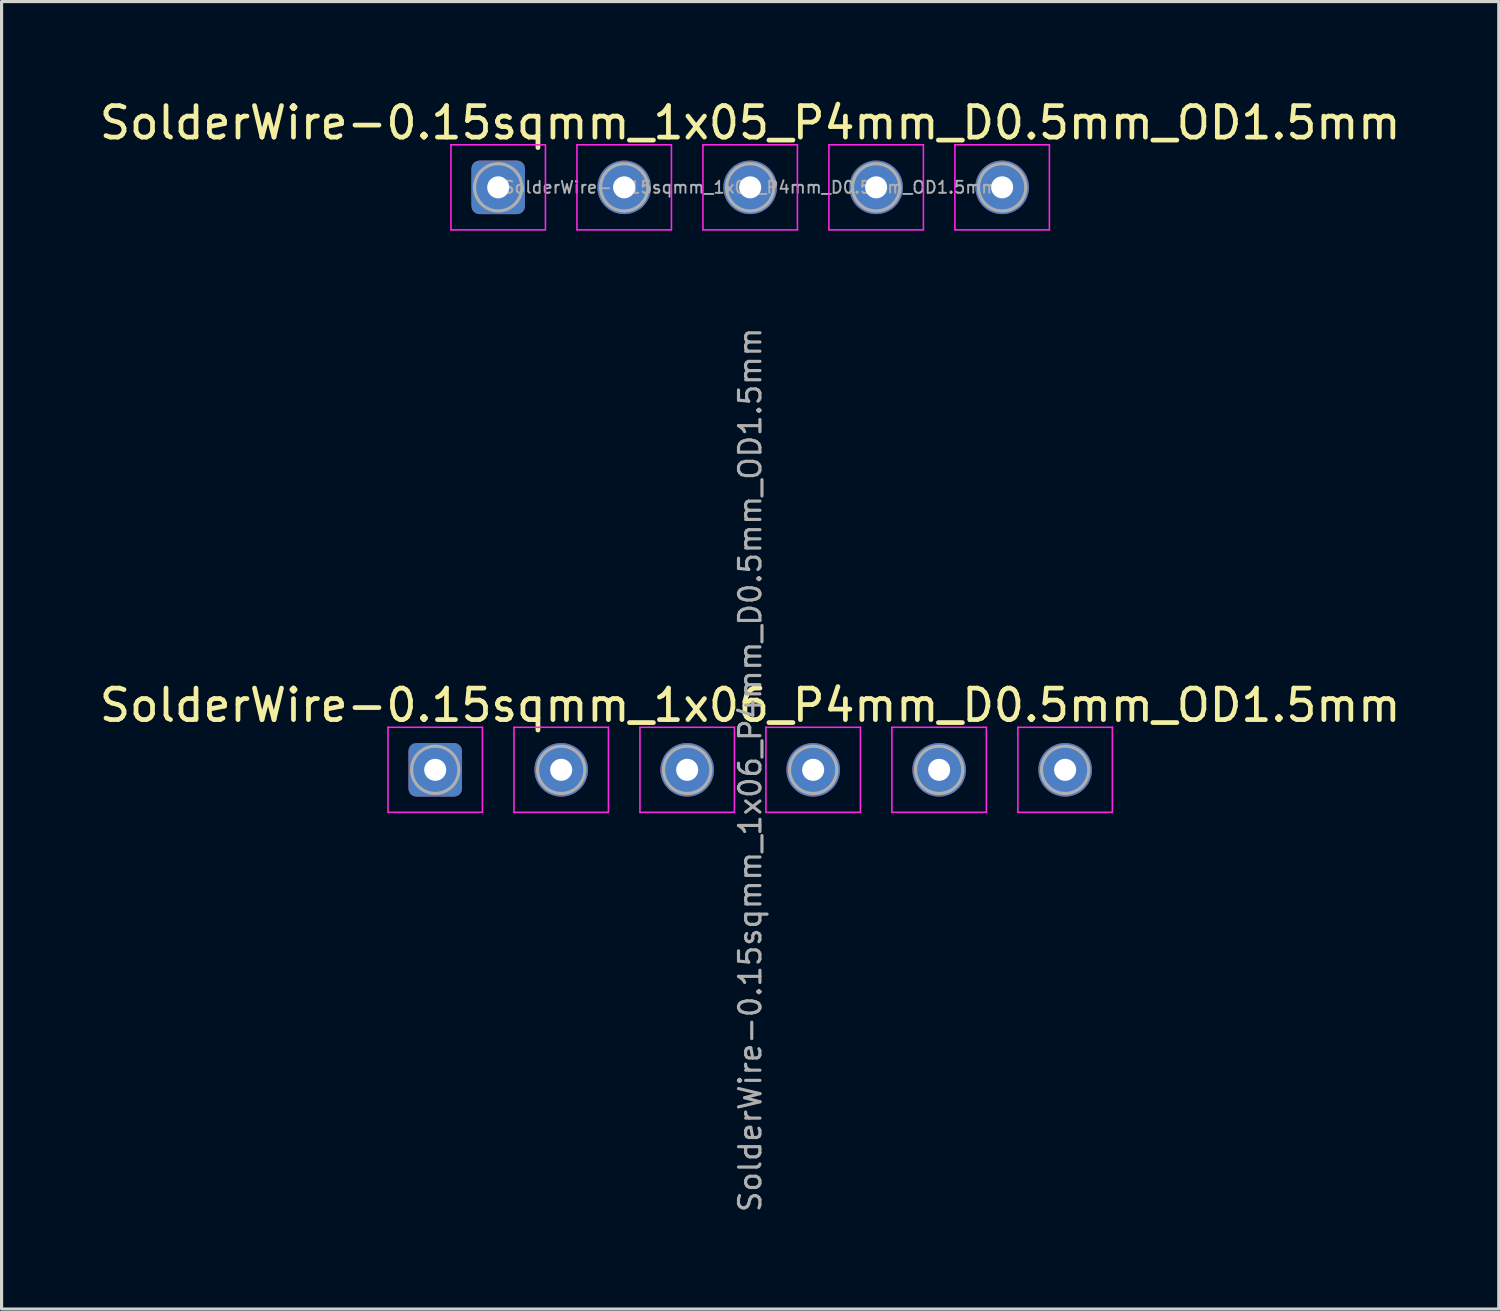
<source format=kicad_pcb>
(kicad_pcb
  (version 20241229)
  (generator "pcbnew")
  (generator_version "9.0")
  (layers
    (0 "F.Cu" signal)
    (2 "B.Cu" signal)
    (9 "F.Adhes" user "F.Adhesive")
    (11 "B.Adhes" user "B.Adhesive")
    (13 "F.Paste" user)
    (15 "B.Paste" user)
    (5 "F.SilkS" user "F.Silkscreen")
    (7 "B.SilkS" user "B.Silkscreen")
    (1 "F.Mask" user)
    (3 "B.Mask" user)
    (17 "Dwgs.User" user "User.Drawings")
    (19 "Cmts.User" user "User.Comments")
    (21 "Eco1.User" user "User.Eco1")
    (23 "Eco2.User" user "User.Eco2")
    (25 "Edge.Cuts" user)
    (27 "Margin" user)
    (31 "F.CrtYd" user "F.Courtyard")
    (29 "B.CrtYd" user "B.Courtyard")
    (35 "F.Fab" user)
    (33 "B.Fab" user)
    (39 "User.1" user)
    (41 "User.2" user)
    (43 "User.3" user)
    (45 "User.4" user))
  (footprint "SolderWire-0.15sqmm_1x06_P4mm_D0.5mm_OD1.5mm"
    (layer "F.Cu")
    (at 10.768 21.392)
    (property "Reference" "SolderWire-0.15sqmm_1x06_P4mm_D0.5mm_OD1.5mm" (at 10 -2.05 0) (layer "F.SilkS") (effects (font (size 1 1) (thickness 0.15))))
    (attr exclude_from_pos_files exclude_from_bom)
    (fp_line (start -1.5 -1.35) (end -1.5 1.35) (stroke (width 0.05) (type solid)) (layer "F.CrtYd"))
    (fp_line (start -1.5 1.35) (end 1.5 1.35) (stroke (width 0.05) (type solid)) (layer "F.CrtYd"))
    (fp_line (start 1.5 -1.35) (end -1.5 -1.35) (stroke (width 0.05) (type solid)) (layer "F.CrtYd"))
    (fp_line (start 1.5 1.35) (end 1.5 -1.35) (stroke (width 0.05) (type solid)) (layer "F.CrtYd"))
    (fp_line (start 2.5 -1.35) (end 2.5 1.35) (stroke (width 0.05) (type solid)) (layer "F.CrtYd"))
    (fp_line (start 2.5 1.35) (end 5.5 1.35) (stroke (width 0.05) (type solid)) (layer "F.CrtYd"))
    (fp_line (start 5.5 -1.35) (end 2.5 -1.35) (stroke (width 0.05) (type solid)) (layer "F.CrtYd"))
    (fp_line (start 5.5 1.35) (end 5.5 -1.35) (stroke (width 0.05) (type solid)) (layer "F.CrtYd"))
    (fp_line (start 6.5 -1.35) (end 6.5 1.35) (stroke (width 0.05) (type solid)) (layer "F.CrtYd"))
    (fp_line (start 6.5 1.35) (end 9.5 1.35) (stroke (width 0.05) (type solid)) (layer "F.CrtYd"))
    (fp_line (start 9.5 -1.35) (end 6.5 -1.35) (stroke (width 0.05) (type solid)) (layer "F.CrtYd"))
    (fp_line (start 9.5 1.35) (end 9.5 -1.35) (stroke (width 0.05) (type solid)) (layer "F.CrtYd"))
    (fp_line (start 10.5 -1.35) (end 10.5 1.35) (stroke (width 0.05) (type solid)) (layer "F.CrtYd"))
    (fp_line (start 10.5 1.35) (end 13.5 1.35) (stroke (width 0.05) (type solid)) (layer "F.CrtYd"))
    (fp_line (start 13.5 -1.35) (end 10.5 -1.35) (stroke (width 0.05) (type solid)) (layer "F.CrtYd"))
    (fp_line (start 13.5 1.35) (end 13.5 -1.35) (stroke (width 0.05) (type solid)) (layer "F.CrtYd"))
    (fp_line (start 14.5 -1.35) (end 14.5 1.35) (stroke (width 0.05) (type solid)) (layer "F.CrtYd"))
    (fp_line (start 14.5 1.35) (end 17.5 1.35) (stroke (width 0.05) (type solid)) (layer "F.CrtYd"))
    (fp_line (start 17.5 -1.35) (end 14.5 -1.35) (stroke (width 0.05) (type solid)) (layer "F.CrtYd"))
    (fp_line (start 17.5 1.35) (end 17.5 -1.35) (stroke (width 0.05) (type solid)) (layer "F.CrtYd"))
    (fp_line (start 18.5 -1.35) (end 18.5 1.35) (stroke (width 0.05) (type solid)) (layer "F.CrtYd"))
    (fp_line (start 18.5 1.35) (end 21.5 1.35) (stroke (width 0.05) (type solid)) (layer "F.CrtYd"))
    (fp_line (start 21.5 -1.35) (end 18.5 -1.35) (stroke (width 0.05) (type solid)) (layer "F.CrtYd"))
    (fp_line (start 21.5 1.35) (end 21.5 -1.35) (stroke (width 0.05) (type solid)) (layer "F.CrtYd"))
    (fp_circle (center 0 0) (end 0.75 0) (stroke (width 0.1) (type solid)) (fill no) (layer "F.Fab"))
    (fp_circle (center 4 0) (end 4.75 0) (stroke (width 0.1) (type solid)) (fill no) (layer "F.Fab"))
    (fp_circle (center 8 0) (end 8.75 0) (stroke (width 0.1) (type solid)) (fill no) (layer "F.Fab"))
    (fp_circle (center 12 0) (end 12.75 0) (stroke (width 0.1) (type solid)) (fill no) (layer "F.Fab"))
    (fp_circle (center 16 0) (end 16.75 0) (stroke (width 0.1) (type solid)) (fill no) (layer "F.Fab"))
    (fp_circle (center 20 0) (end 20.75 0) (stroke (width 0.1) (type solid)) (fill no) (layer "F.Fab"))
    (fp_text user "${REFERENCE}" (at 10 0 90) (layer "F.Fab") (effects (font (size 0.68 0.68) (thickness 0.1))))
    (pad "1" thru_hole roundrect (at 0 0) (size 1.7 1.7) (drill 0.7) (layers "*.Cu" "*.Mask") (roundrect_rratio 0.147))
    (pad "2" thru_hole circle (at 4 0) (size 1.7 1.7) (drill 0.7) (layers "*.Cu" "*.Mask"))
    (pad "3" thru_hole circle (at 8 0) (size 1.7 1.7) (drill 0.7) (layers "*.Cu" "*.Mask"))
    (pad "4" thru_hole circle (at 12 0) (size 1.7 1.7) (drill 0.7) (layers "*.Cu" "*.Mask"))
    (pad "5" thru_hole circle (at 16 0) (size 1.7 1.7) (drill 0.7) (layers "*.Cu" "*.Mask"))
    (pad "6" thru_hole circle (at 20 0) (size 1.7 1.7) (drill 0.7) (layers "*.Cu" "*.Mask")))
  (footprint "SolderWire-0.15sqmm_1x05_P4mm_D0.5mm_OD1.5mm"
    (layer "F.Cu")
    (at 12.768 2.898)
    (property "Reference" "SolderWire-0.15sqmm_1x05_P4mm_D0.5mm_OD1.5mm" (at 8 -2.05 0) (layer "F.SilkS") (effects (font (size 1 1) (thickness 0.15))))
    (attr exclude_from_pos_files exclude_from_bom)
    (fp_line (start -1.5 -1.35) (end -1.5 1.35) (stroke (width 0.05) (type solid)) (layer "F.CrtYd"))
    (fp_line (start -1.5 1.35) (end 1.5 1.35) (stroke (width 0.05) (type solid)) (layer "F.CrtYd"))
    (fp_line (start 1.5 -1.35) (end -1.5 -1.35) (stroke (width 0.05) (type solid)) (layer "F.CrtYd"))
    (fp_line (start 1.5 1.35) (end 1.5 -1.35) (stroke (width 0.05) (type solid)) (layer "F.CrtYd"))
    (fp_line (start 2.5 -1.35) (end 2.5 1.35) (stroke (width 0.05) (type solid)) (layer "F.CrtYd"))
    (fp_line (start 2.5 1.35) (end 5.5 1.35) (stroke (width 0.05) (type solid)) (layer "F.CrtYd"))
    (fp_line (start 5.5 -1.35) (end 2.5 -1.35) (stroke (width 0.05) (type solid)) (layer "F.CrtYd"))
    (fp_line (start 5.5 1.35) (end 5.5 -1.35) (stroke (width 0.05) (type solid)) (layer "F.CrtYd"))
    (fp_line (start 6.5 -1.35) (end 6.5 1.35) (stroke (width 0.05) (type solid)) (layer "F.CrtYd"))
    (fp_line (start 6.5 1.35) (end 9.5 1.35) (stroke (width 0.05) (type solid)) (layer "F.CrtYd"))
    (fp_line (start 9.5 -1.35) (end 6.5 -1.35) (stroke (width 0.05) (type solid)) (layer "F.CrtYd"))
    (fp_line (start 9.5 1.35) (end 9.5 -1.35) (stroke (width 0.05) (type solid)) (layer "F.CrtYd"))
    (fp_line (start 10.5 -1.35) (end 10.5 1.35) (stroke (width 0.05) (type solid)) (layer "F.CrtYd"))
    (fp_line (start 10.5 1.35) (end 13.5 1.35) (stroke (width 0.05) (type solid)) (layer "F.CrtYd"))
    (fp_line (start 13.5 -1.35) (end 10.5 -1.35) (stroke (width 0.05) (type solid)) (layer "F.CrtYd"))
    (fp_line (start 13.5 1.35) (end 13.5 -1.35) (stroke (width 0.05) (type solid)) (layer "F.CrtYd"))
    (fp_line (start 14.5 -1.35) (end 14.5 1.35) (stroke (width 0.05) (type solid)) (layer "F.CrtYd"))
    (fp_line (start 14.5 1.35) (end 17.5 1.35) (stroke (width 0.05) (type solid)) (layer "F.CrtYd"))
    (fp_line (start 17.5 -1.35) (end 14.5 -1.35) (stroke (width 0.05) (type solid)) (layer "F.CrtYd"))
    (fp_line (start 17.5 1.35) (end 17.5 -1.35) (stroke (width 0.05) (type solid)) (layer "F.CrtYd"))
    (fp_circle (center 0 0) (end 0.75 0) (stroke (width 0.1) (type solid)) (fill no) (layer "F.Fab"))
    (fp_circle (center 4 0) (end 4.75 0) (stroke (width 0.1) (type solid)) (fill no) (layer "F.Fab"))
    (fp_circle (center 8 0) (end 8.75 0) (stroke (width 0.1) (type solid)) (fill no) (layer "F.Fab"))
    (fp_circle (center 12 0) (end 12.75 0) (stroke (width 0.1) (type solid)) (fill no) (layer "F.Fab"))
    (fp_circle (center 16 0) (end 16.75 0) (stroke (width 0.1) (type solid)) (fill no) (layer "F.Fab"))
    (fp_text user "${REFERENCE}" (at 8 0 0) (layer "F.Fab") (effects (font (size 0.38 0.38) (thickness 0.06))))
    (pad "1" thru_hole roundrect (at 0 0) (size 1.7 1.7) (drill 0.7) (layers "*.Cu" "*.Mask") (roundrect_rratio 0.147))
    (pad "2" thru_hole circle (at 4 0) (size 1.7 1.7) (drill 0.7) (layers "*.Cu" "*.Mask"))
    (pad "3" thru_hole circle (at 8 0) (size 1.7 1.7) (drill 0.7) (layers "*.Cu" "*.Mask"))
    (pad "4" thru_hole circle (at 12 0) (size 1.7 1.7) (drill 0.7) (layers "*.Cu" "*.Mask"))
    (pad "5" thru_hole circle (at 16 0) (size 1.7 1.7) (drill 0.7) (layers "*.Cu" "*.Mask")))
  (gr_rect
    (start -3 -3)
    (end 44.536 38.512)
    (stroke (width 0.1) (type default))
    (fill no)
    (layer "Edge.Cuts")))
</source>
